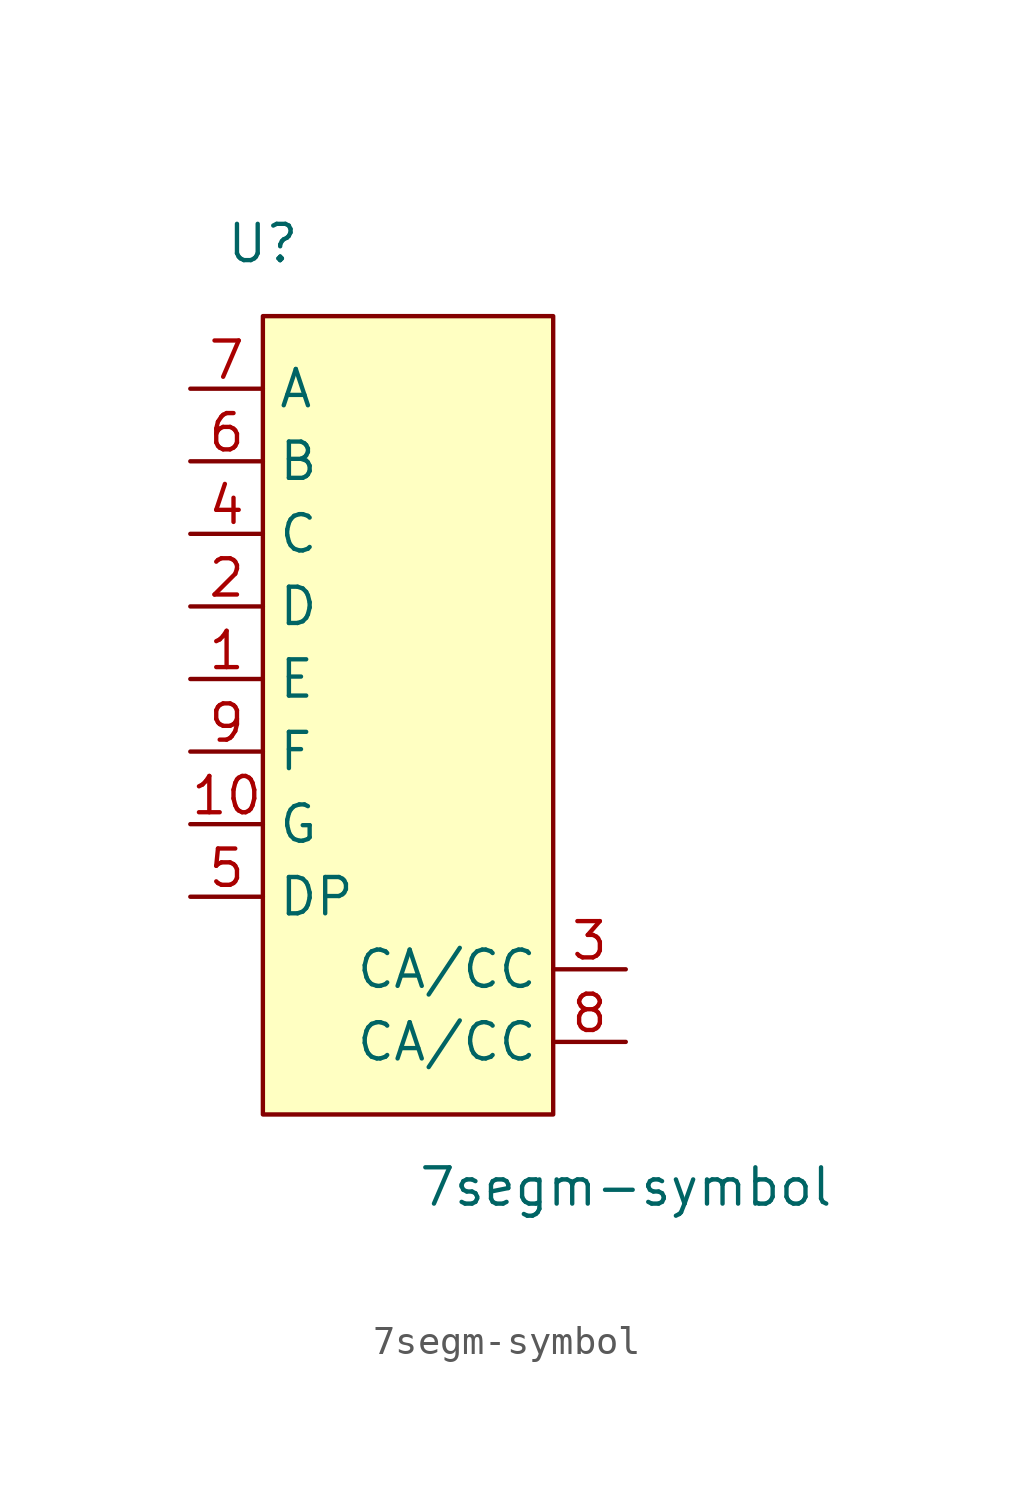
<source format=kicad_sym>
(kicad_symbol_lib
  (version 20211014)
  (generator kicad_symbol_editor)
  (symbol "7segm-symbol"
    (property "Reference" "U"
      (at -5.08 15.24 0)
      (effects (font (size 1.27 1.27))))
    (property "Value" "7segm-symbol"
      (at 7.62 -17.78 0)
      (effects (font (size 1.27 1.27))))
    (symbol "7segm-symbol_0_1"
      (rectangle (start -5.08 12.7) (end 5.08 -15.24) (stroke (width 0) (type default) (color 0 0 0 0)) (fill (type background))))
    (symbol "7segm-symbol_1_1"
      (pin input line (at -7.62 0 0) (length 2.54) (name "E" (effects (font (size 1.27 1.27)))) (number "1" (effects (font (size 1.27 1.27)))))
      (pin input line (at -7.62 -5.08 0) (length 2.54) (name "G" (effects (font (size 1.27 1.27)))) (number "10" (effects (font (size 1.27 1.27)))))
      (pin input line (at -7.62 2.54 0) (length 2.54) (name "D" (effects (font (size 1.27 1.27)))) (number "2" (effects (font (size 1.27 1.27)))))
      (pin input line (at 7.62 -10.16 180) (length 2.54) (name "CA/CC" (effects (font (size 1.27 1.27)))) (number "3" (effects (font (size 1.27 1.27)))))
      (pin input line (at -7.62 5.08 0) (length 2.54) (name "C" (effects (font (size 1.27 1.27)))) (number "4" (effects (font (size 1.27 1.27)))))
      (pin input line (at -7.62 -7.62 0) (length 2.54) (name "DP" (effects (font (size 1.27 1.27)))) (number "5" (effects (font (size 1.27 1.27)))))
      (pin input line (at -7.62 7.62 0) (length 2.54) (name "B" (effects (font (size 1.27 1.27)))) (number "6" (effects (font (size 1.27 1.27)))))
      (pin input line (at -7.62 10.16 0) (length 2.54) (name "A" (effects (font (size 1.27 1.27)))) (number "7" (effects (font (size 1.27 1.27)))))
      (pin input line (at 7.62 -12.7 180) (length 2.54) (name "CA/CC" (effects (font (size 1.27 1.27)))) (number "8" (effects (font (size 1.27 1.27)))))
      (pin input line (at -7.62 -2.54 0) (length 2.54) (name "F" (effects (font (size 1.27 1.27)))) (number "9" (effects (font (size 1.27 1.27))))))))
</source>
